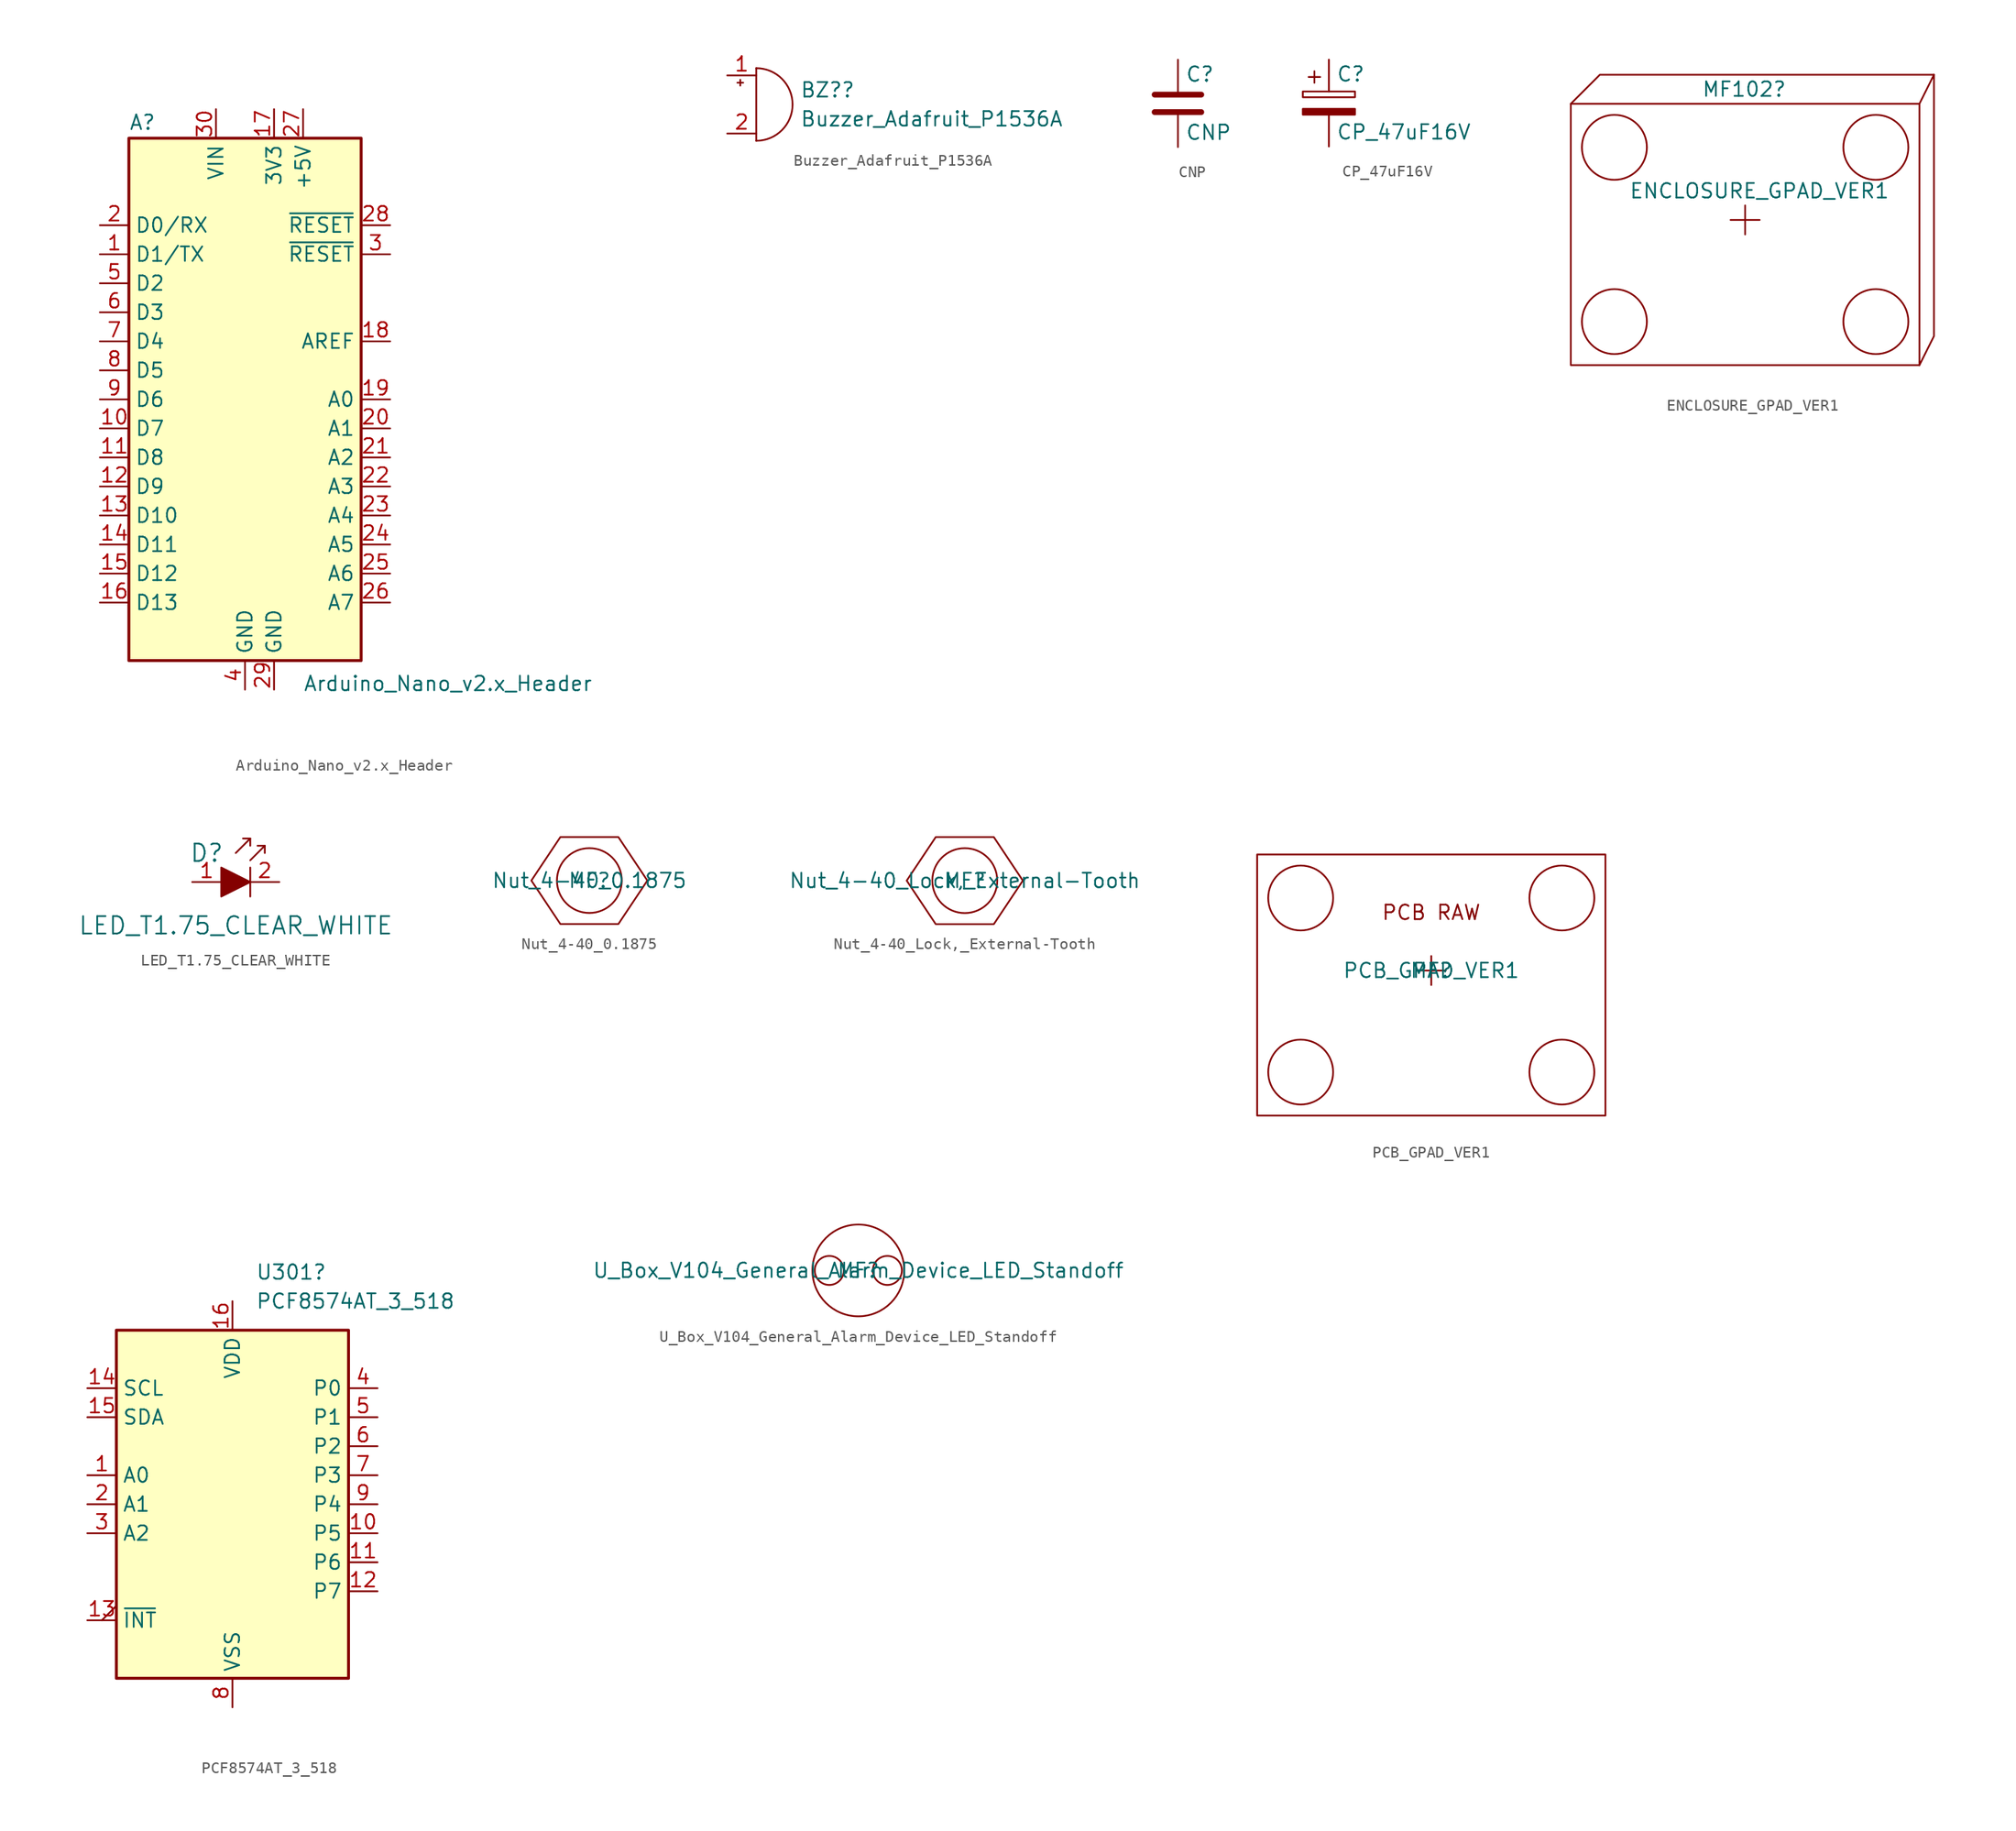
<source format=kicad_sym>
(kicad_symbol_lib
  (version 20220914)
  (generator kicad_symbol_editor)
  (symbol "Arduino_Nano_v2.x_Header"
    (property "Reference" "A"
      (at -10.16 23.495 0)
      (effects (font (size 1.27 1.27)) (justify left bottom)))
    (property "Value" "Arduino_Nano_v2.x_Header"
      (at 5.08 -24.13 0)
      (effects (font (size 1.27 1.27)) (justify left top)))
    (symbol "Arduino_Nano_v2.x_Header_0_1"
      (rectangle (start -10.16 22.86) (end 10.16 -22.86) (stroke (width 0.254) (type default)) (fill (type background))))
    (symbol "Arduino_Nano_v2.x_Header_1_1"
      (pin bidirectional line (at -12.7 12.7 0) (length 2.54) (name "D1/TX" (effects (font (size 1.27 1.27)))) (number "1" (effects (font (size 1.27 1.27)))))
      (pin bidirectional line (at -12.7 -2.54 0) (length 2.54) (name "D7" (effects (font (size 1.27 1.27)))) (number "10" (effects (font (size 1.27 1.27)))))
      (pin bidirectional line (at -12.7 -5.08 0) (length 2.54) (name "D8" (effects (font (size 1.27 1.27)))) (number "11" (effects (font (size 1.27 1.27)))))
      (pin bidirectional line (at -12.7 -7.62 0) (length 2.54) (name "D9" (effects (font (size 1.27 1.27)))) (number "12" (effects (font (size 1.27 1.27)))))
      (pin bidirectional line (at -12.7 -10.16 0) (length 2.54) (name "D10" (effects (font (size 1.27 1.27)))) (number "13" (effects (font (size 1.27 1.27)))))
      (pin bidirectional line (at -12.7 -12.7 0) (length 2.54) (name "D11" (effects (font (size 1.27 1.27)))) (number "14" (effects (font (size 1.27 1.27)))))
      (pin bidirectional line (at -12.7 -15.24 0) (length 2.54) (name "D12" (effects (font (size 1.27 1.27)))) (number "15" (effects (font (size 1.27 1.27)))))
      (pin bidirectional line (at -12.7 -17.78 0) (length 2.54) (name "D13" (effects (font (size 1.27 1.27)))) (number "16" (effects (font (size 1.27 1.27)))))
      (pin power_out line (at 2.54 25.4 270) (length 2.54) (name "3V3" (effects (font (size 1.27 1.27)))) (number "17" (effects (font (size 1.27 1.27)))))
      (pin input line (at 12.7 5.08 180) (length 2.54) (name "AREF" (effects (font (size 1.27 1.27)))) (number "18" (effects (font (size 1.27 1.27)))))
      (pin bidirectional line (at 12.7 0 180) (length 2.54) (name "A0" (effects (font (size 1.27 1.27)))) (number "19" (effects (font (size 1.27 1.27)))))
      (pin bidirectional line (at -12.7 15.24 0) (length 2.54) (name "D0/RX" (effects (font (size 1.27 1.27)))) (number "2" (effects (font (size 1.27 1.27)))))
      (pin bidirectional line (at 12.7 -2.54 180) (length 2.54) (name "A1" (effects (font (size 1.27 1.27)))) (number "20" (effects (font (size 1.27 1.27)))))
      (pin bidirectional line (at 12.7 -5.08 180) (length 2.54) (name "A2" (effects (font (size 1.27 1.27)))) (number "21" (effects (font (size 1.27 1.27)))))
      (pin bidirectional line (at 12.7 -7.62 180) (length 2.54) (name "A3" (effects (font (size 1.27 1.27)))) (number "22" (effects (font (size 1.27 1.27)))))
      (pin bidirectional line (at 12.7 -10.16 180) (length 2.54) (name "A4" (effects (font (size 1.27 1.27)))) (number "23" (effects (font (size 1.27 1.27)))))
      (pin bidirectional line (at 12.7 -12.7 180) (length 2.54) (name "A5" (effects (font (size 1.27 1.27)))) (number "24" (effects (font (size 1.27 1.27)))))
      (pin bidirectional line (at 12.7 -15.24 180) (length 2.54) (name "A6" (effects (font (size 1.27 1.27)))) (number "25" (effects (font (size 1.27 1.27)))))
      (pin bidirectional line (at 12.7 -17.78 180) (length 2.54) (name "A7" (effects (font (size 1.27 1.27)))) (number "26" (effects (font (size 1.27 1.27)))))
      (pin passive line (at 5.08 25.4 270) (length 2.54) (name "+5V" (effects (font (size 1.27 1.27)))) (number "27" (effects (font (size 1.27 1.27)))))
      (pin input line (at 12.7 15.24 180) (length 2.54) (name "~{RESET}" (effects (font (size 1.27 1.27)))) (number "28" (effects (font (size 1.27 1.27)))))
      (pin power_in line (at 2.54 -25.4 90) (length 2.54) (name "GND" (effects (font (size 1.27 1.27)))) (number "29" (effects (font (size 1.27 1.27)))))
      (pin input line (at 12.7 12.7 180) (length 2.54) (name "~{RESET}" (effects (font (size 1.27 1.27)))) (number "3" (effects (font (size 1.27 1.27)))))
      (pin power_in line (at -2.54 25.4 270) (length 2.54) (name "VIN" (effects (font (size 1.27 1.27)))) (number "30" (effects (font (size 1.27 1.27)))))
      (pin power_in line (at 0 -25.4 90) (length 2.54) (name "GND" (effects (font (size 1.27 1.27)))) (number "4" (effects (font (size 1.27 1.27)))))
      (pin bidirectional line (at -12.7 10.16 0) (length 2.54) (name "D2" (effects (font (size 1.27 1.27)))) (number "5" (effects (font (size 1.27 1.27)))))
      (pin bidirectional line (at -12.7 7.62 0) (length 2.54) (name "D3" (effects (font (size 1.27 1.27)))) (number "6" (effects (font (size 1.27 1.27)))))
      (pin bidirectional line (at -12.7 5.08 0) (length 2.54) (name "D4" (effects (font (size 1.27 1.27)))) (number "7" (effects (font (size 1.27 1.27)))))
      (pin bidirectional line (at -12.7 2.54 0) (length 2.54) (name "D5" (effects (font (size 1.27 1.27)))) (number "8" (effects (font (size 1.27 1.27)))))
      (pin bidirectional line (at -12.7 0 0) (length 2.54) (name "D6" (effects (font (size 1.27 1.27)))) (number "9" (effects (font (size 1.27 1.27)))))))
  (symbol "Buzzer_Adafruit_P1536A"
    (pin_names
      (offset 0.025) hide)
    (property "Reference" "BZ?"
      (at 3.81 1.27 0)
      (effects (font (size 1.27 1.27)) (justify left)))
    (property "Value" "Buzzer_Adafruit_P1536A"
      (at 3.81 -1.27 0)
      (effects (font (size 1.27 1.27)) (justify left)))
    (symbol "Buzzer_Adafruit_P1536A_0_1"
      (arc (start 0 -3.175) (mid 3.1612 0) (end 0 3.175) (stroke (width 0) (type default)) (fill (type none)))
      (polyline (pts (xy -1.651 1.905) (xy -1.143 1.905)) (stroke (width 0) (type default)) (fill (type none)))
      (polyline (pts (xy -1.397 2.159) (xy -1.397 1.651)) (stroke (width 0) (type default)) (fill (type none)))
      (polyline (pts (xy 0 3.175) (xy 0 -3.175)) (stroke (width 0) (type default)) (fill (type none))))
    (symbol "Buzzer_Adafruit_P1536A_1_1"
      (pin passive line (at -2.54 2.54 0) (length 2.54) (name "-" (effects (font (size 1.27 1.27)))) (number "1" (effects (font (size 1.27 1.27)))))
      (pin passive line (at -2.54 -2.54 0) (length 2.54) (name "+" (effects (font (size 1.27 1.27)))) (number "2" (effects (font (size 1.27 1.27)))))))
  (symbol "CNP"
    (pin_numbers hide)
    (pin_names
      (offset 0.254))
    (property "Reference" "C"
      (at 0.635 2.54 0)
      (effects (font (size 1.27 1.27)) (justify left)))
    (property "Value" "CNP"
      (at 0.635 -2.54 0)
      (effects (font (size 1.27 1.27)) (justify left)))
    (symbol "CNP_0_1"
      (polyline (pts (xy -2.032 -0.762) (xy 2.032 -0.762)) (stroke (width 0.508) (type default)) (fill (type none)))
      (polyline (pts (xy -2.032 0.762) (xy 2.032 0.762)) (stroke (width 0.508) (type default)) (fill (type none))))
    (symbol "CNP_1_1"
      (pin passive line (at 0 3.81 270) (length 2.794) (name "~" (effects (font (size 1.27 1.27)))) (number "1" (effects (font (size 1.27 1.27)))))
      (pin passive line (at 0 -3.81 90) (length 2.794) (name "~" (effects (font (size 1.27 1.27)))) (number "2" (effects (font (size 1.27 1.27)))))))
  (symbol "CP_47uF16V"
    (pin_numbers hide)
    (pin_names
      (offset 0.254))
    (property "Reference" "C"
      (at 0.635 2.54 0)
      (effects (font (size 1.27 1.27)) (justify left)))
    (property "Value" "CP_47uF16V"
      (at 0.635 -2.54 0)
      (effects (font (size 1.27 1.27)) (justify left)))
    (symbol "CP_47uF16V_0_1"
      (rectangle (start -2.286 0.508) (end 2.286 1.016) (stroke (width 0) (type default)) (fill (type none)))
      (polyline (pts (xy -1.778 2.286) (xy -0.762 2.286)) (stroke (width 0) (type default)) (fill (type none)))
      (polyline (pts (xy -1.27 2.794) (xy -1.27 1.778)) (stroke (width 0) (type default)) (fill (type none)))
      (rectangle (start 2.286 -0.508) (end -2.286 -1.016) (stroke (width 0) (type default)) (fill (type outline))))
    (symbol "CP_47uF16V_1_1"
      (pin passive line (at 0 3.81 270) (length 2.794) (name "~" (effects (font (size 1.27 1.27)))) (number "1" (effects (font (size 1.27 1.27)))))
      (pin passive line (at 0 -3.81 90) (length 2.794) (name "~" (effects (font (size 1.27 1.27)))) (number "2" (effects (font (size 1.27 1.27)))))))
  (symbol "ENCLOSURE_GPAD_VER1"
    (property "Reference" "MF102"
      (at -3.81 11.43 0)
      (effects (font (size 1.27 1.27)) (justify left)))
    (property "Value" "ENCLOSURE_GPAD_VER1"
      (at -10.16 2.54 0)
      (effects (font (size 1.27 1.27)) (justify left)))
    (symbol "ENCLOSURE_GPAD_VER1_0_1"
      (rectangle (start -15.24 10.16) (end 15.24 -12.7) (stroke (width 0) (type default)) (fill (type none)))
      (circle (center -11.43 -8.89) (radius 2.84) (stroke (width 0) (type default)) (fill (type none)))
      (circle (center -11.43 6.35) (radius 2.84) (stroke (width 0) (type default)) (fill (type none)))
      (polyline (pts (xy -1.27 0) (xy 1.27 0)) (stroke (width 0) (type default)) (fill (type none)))
      (polyline (pts (xy 0 -1.27) (xy 0 1.27)) (stroke (width 0) (type default)) (fill (type none)))
      (polyline (pts (xy 15.24 10.16) (xy 16.51 12.7)) (stroke (width 0) (type default)) (fill (type none)))
      (polyline (pts (xy -15.24 10.16) (xy -12.7 12.7) (xy 16.51 12.7) (xy 16.51 -10.16) (xy 15.24 -12.7)) (stroke (width 0) (type default)) (fill (type none)))
      (circle (center 11.43 -8.89) (radius 2.84) (stroke (width 0) (type default)) (fill (type none)))
      (circle (center 11.43 6.35) (radius 2.84) (stroke (width 0) (type default)) (fill (type none)))))
  (symbol "LED_T1.75_CLEAR_WHITE"
    (pin_names
      (offset 0))
    (property "Reference" "D"
      (at -3.81 2.54 0)
      (effects (font (size 1.524 1.524))))
    (property "Value" "LED_T1.75_CLEAR_WHITE"
      (at -1.27 -3.81 0)
      (effects (font (size 1.524 1.524))))
    (symbol "LED_T1.75_CLEAR_WHITE_0_1"
      (polyline (pts (xy 0 1.27) (xy 0 -1.27)) (stroke (width 0) (type default)) (fill (type none)))
      (polyline (pts (xy 0 3.81) (xy -1.27 2.54)) (stroke (width 0) (type default)) (fill (type none)))
      (polyline (pts (xy 1.27 3.175) (xy 0 1.905)) (stroke (width 0) (type default)) (fill (type none)))
      (polyline (pts (xy -0.635 3.81) (xy 0 3.81) (xy 0 3.175)) (stroke (width 0) (type default)) (fill (type none)))
      (polyline (pts (xy 0.635 3.175) (xy 1.27 3.175) (xy 1.27 2.54)) (stroke (width 0) (type default)) (fill (type none)))
      (polyline (pts (xy -2.54 1.27) (xy -2.54 -1.27) (xy 0 0) (xy -2.54 1.27)) (stroke (width 0) (type default)) (fill (type outline))))
    (symbol "LED_T1.75_CLEAR_WHITE_1_1"
      (pin passive line (at -5.08 0 0) (length 2.54) (name "~" (effects (font (size 1.27 1.27)))) (number "1" (effects (font (size 1.27 1.27)))))
      (pin passive line (at 2.54 0 180) (length 2.54) (name "~" (effects (font (size 1.27 1.27)))) (number "2" (effects (font (size 1.27 1.27)))))))
  (symbol "Nut_4-40_0.1875"
    (property "Reference" "MF"
      (at 0 0 0)
      (effects (font (size 1.27 1.27))))
    (property "Value" "Nut_4-40_0.1875"
      (at 0 0 0)
      (effects (font (size 1.27 1.27))))
    (symbol "Nut_4-40_0.1875_0_1"
      (polyline (pts (xy -2.54 3.81) (xy 2.54 3.81) (xy 5.08 0) (xy 2.54 -3.81) (xy -2.54 -3.81) (xy -5.08 0) (xy -2.54 3.81)) (stroke (width 0) (type default)) (fill (type none)))
      (circle (center 0 0) (radius 2.84) (stroke (width 0) (type default)) (fill (type none)))))
  (symbol "Nut_4-40_Lock,_External-Tooth"
    (property "Reference" "MF"
      (at 0 0 0)
      (effects (font (size 1.27 1.27))))
    (property "Value" "Nut_4-40_Lock,_External-Tooth"
      (at 0 0 0)
      (effects (font (size 1.27 1.27))))
    (symbol "Nut_4-40_Lock,_External-Tooth_0_1"
      (polyline (pts (xy -2.54 3.81) (xy 2.54 3.81) (xy 5.08 0) (xy 2.54 -3.81) (xy -2.54 -3.81) (xy -5.08 0) (xy -2.54 3.81)) (stroke (width 0) (type default)) (fill (type none)))
      (circle (center 0 0) (radius 2.84) (stroke (width 0) (type default)) (fill (type none)))))
  (symbol "PCB_GPAD_VER1"
    (property "Reference" "MF"
      (at 0 0 0)
      (effects (font (size 1.27 1.27))))
    (property "Value" "PCB_GPAD_VER1"
      (at 0 0 0)
      (effects (font (size 1.27 1.27))))
    (symbol "PCB_GPAD_VER1_0_0"
      (text "PCB RAW" (at 0 5.08 0) (effects (font (size 1.27 1.27)))))
    (symbol "PCB_GPAD_VER1_0_1"
      (rectangle (start -15.24 10.16) (end 15.24 -12.7) (stroke (width 0) (type default)) (fill (type none)))
      (circle (center -11.43 -8.89) (radius 2.84) (stroke (width 0) (type default)) (fill (type none)))
      (circle (center -11.43 6.35) (radius 2.84) (stroke (width 0) (type default)) (fill (type none)))
      (polyline (pts (xy -1.27 0) (xy 1.27 0)) (stroke (width 0) (type default)) (fill (type none)))
      (polyline (pts (xy 0 -1.27) (xy 0 1.27)) (stroke (width 0) (type default)) (fill (type none)))
      (circle (center 11.43 -8.89) (radius 2.84) (stroke (width 0) (type default)) (fill (type none)))
      (circle (center 11.43 6.35) (radius 2.84) (stroke (width 0) (type default)) (fill (type none)))))
  (symbol "PCF8574AT_3_518"
    (property "Reference" "U301"
      (at 2.019 20.32 0)
      (effects (font (size 1.27 1.27)) (justify left)))
    (property "Value" "PCF8574AT_3_518"
      (at 2.019 17.78 0)
      (effects (font (size 1.27 1.27)) (justify left)))
    (symbol "PCF8574AT_3_518_0_1"
      (rectangle (start -10.16 15.24) (end 10.16 -15.24) (stroke (width 0.254) (type default)) (fill (type background))))
    (symbol "PCF8574AT_3_518_1_1"
      (pin input line (at -12.7 2.54 0) (length 2.54) (name "A0" (effects (font (size 1.27 1.27)))) (number "1" (effects (font (size 1.27 1.27)))))
      (pin bidirectional line (at 12.7 -2.54 180) (length 2.54) (name "P5" (effects (font (size 1.27 1.27)))) (number "10" (effects (font (size 1.27 1.27)))))
      (pin bidirectional line (at 12.7 -5.08 180) (length 2.54) (name "P6" (effects (font (size 1.27 1.27)))) (number "11" (effects (font (size 1.27 1.27)))))
      (pin bidirectional line (at 12.7 -7.62 180) (length 2.54) (name "P7" (effects (font (size 1.27 1.27)))) (number "12" (effects (font (size 1.27 1.27)))))
      (pin open_collector output_low (at -12.7 -10.16 0) (length 2.54) (name "~{INT}" (effects (font (size 1.27 1.27)))) (number "13" (effects (font (size 1.27 1.27)))))
      (pin input line (at -12.7 10.16 0) (length 2.54) (name "SCL" (effects (font (size 1.27 1.27)))) (number "14" (effects (font (size 1.27 1.27)))))
      (pin bidirectional line (at -12.7 7.62 0) (length 2.54) (name "SDA" (effects (font (size 1.27 1.27)))) (number "15" (effects (font (size 1.27 1.27)))))
      (pin power_in line (at 0 17.78 270) (length 2.54) (name "VDD" (effects (font (size 1.27 1.27)))) (number "16" (effects (font (size 1.27 1.27)))))
      (pin input line (at -12.7 0 0) (length 2.54) (name "A1" (effects (font (size 1.27 1.27)))) (number "2" (effects (font (size 1.27 1.27)))))
      (pin input line (at -12.7 -2.54 0) (length 2.54) (name "A2" (effects (font (size 1.27 1.27)))) (number "3" (effects (font (size 1.27 1.27)))))
      (pin bidirectional line (at 12.7 10.16 180) (length 2.54) (name "P0" (effects (font (size 1.27 1.27)))) (number "4" (effects (font (size 1.27 1.27)))))
      (pin bidirectional line (at 12.7 7.62 180) (length 2.54) (name "P1" (effects (font (size 1.27 1.27)))) (number "5" (effects (font (size 1.27 1.27)))))
      (pin bidirectional line (at 12.7 5.08 180) (length 2.54) (name "P2" (effects (font (size 1.27 1.27)))) (number "6" (effects (font (size 1.27 1.27)))))
      (pin bidirectional line (at 12.7 2.54 180) (length 2.54) (name "P3" (effects (font (size 1.27 1.27)))) (number "7" (effects (font (size 1.27 1.27)))))
      (pin power_in line (at 0 -17.78 90) (length 2.54) (name "VSS" (effects (font (size 1.27 1.27)))) (number "8" (effects (font (size 1.27 1.27)))))
      (pin bidirectional line (at 12.7 0 180) (length 2.54) (name "P4" (effects (font (size 1.27 1.27)))) (number "9" (effects (font (size 1.27 1.27)))))))
  (symbol "U_Box_V104_General_Alarm_Device_LED_Standoff"
    (property "Reference" "MF"
      (at 0 0 0)
      (effects (font (size 1.27 1.27))))
    (property "Value" "U_Box_V104_General_Alarm_Device_LED_Standoff"
      (at 0 0 0)
      (effects (font (size 1.27 1.27))))
    (symbol "U_Box_V104_General_Alarm_Device_LED_Standoff_0_1"
      (circle (center -2.54 0) (radius 1.27) (stroke (width 0) (type default)) (fill (type none)))
      (circle (center 0 0) (radius 4.016) (stroke (width 0) (type default)) (fill (type none)))
      (circle (center 2.54 0) (radius 1.27) (stroke (width 0) (type default)) (fill (type none))))))
</source>
